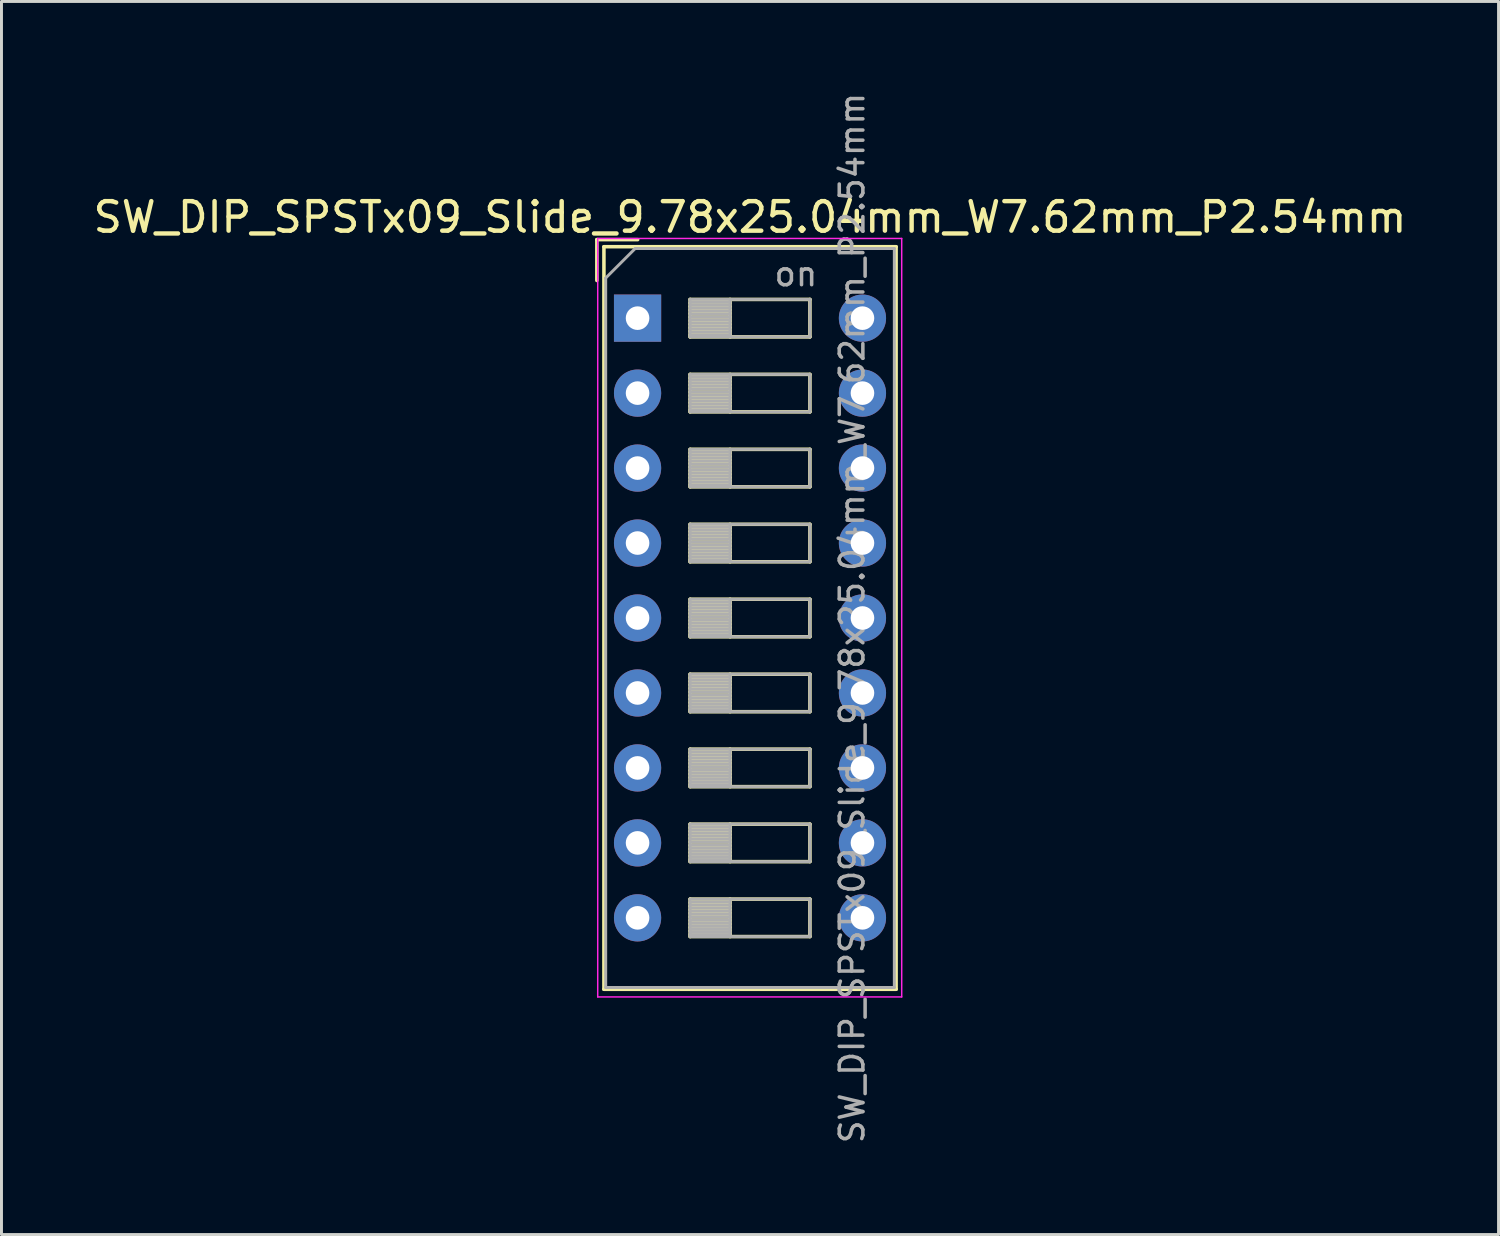
<source format=kicad_pcb>
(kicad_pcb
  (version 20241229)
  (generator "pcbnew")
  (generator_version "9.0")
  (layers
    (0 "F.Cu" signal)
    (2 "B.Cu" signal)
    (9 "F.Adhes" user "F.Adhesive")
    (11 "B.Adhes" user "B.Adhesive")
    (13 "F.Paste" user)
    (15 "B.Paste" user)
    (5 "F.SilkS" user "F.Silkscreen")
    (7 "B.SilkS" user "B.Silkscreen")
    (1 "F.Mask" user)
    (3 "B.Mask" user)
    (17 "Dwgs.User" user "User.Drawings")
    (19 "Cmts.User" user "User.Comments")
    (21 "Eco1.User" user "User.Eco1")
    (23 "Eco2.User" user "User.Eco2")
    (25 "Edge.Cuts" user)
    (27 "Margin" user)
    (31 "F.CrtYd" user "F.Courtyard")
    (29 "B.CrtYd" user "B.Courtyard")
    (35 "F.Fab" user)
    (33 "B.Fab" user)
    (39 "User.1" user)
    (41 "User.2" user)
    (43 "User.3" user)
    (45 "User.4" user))
  (footprint "SW_DIP_SPSTx09_Slide_9.78x25.04mm_W7.62mm_P2.54mm"
    (layer "F.Cu")
    (at 18.553 7.73)
    (property "Reference" "SW_DIP_SPSTx09_Slide_9.78x25.04mm_W7.62mm_P2.54mm" (at 3.81 -3.42 0) (layer "F.SilkS") (effects (font (size 1 1) (thickness 0.15))))
    (attr through_hole)
    (fp_line (start -1.38 -2.66) (end -1.38 -1.277) (stroke (width 0.12) (type solid)) (layer "F.SilkS"))
    (fp_line (start -1.38 -2.66) (end 0.004 -2.66) (stroke (width 0.12) (type solid)) (layer "F.SilkS"))
    (fp_line (start -1.14 -2.42) (end -1.14 22.74) (stroke (width 0.12) (type solid)) (layer "F.SilkS"))
    (fp_line (start -1.14 -2.42) (end 8.76 -2.42) (stroke (width 0.12) (type solid)) (layer "F.SilkS"))
    (fp_line (start -1.14 22.74) (end 8.76 22.74) (stroke (width 0.12) (type solid)) (layer "F.SilkS"))
    (fp_line (start 1.78 -0.635) (end 1.78 0.635) (stroke (width 0.12) (type solid)) (layer "F.SilkS"))
    (fp_line (start 1.78 -0.515) (end 3.133 -0.515) (stroke (width 0.12) (type solid)) (layer "F.SilkS"))
    (fp_line (start 1.78 -0.395) (end 3.133 -0.395) (stroke (width 0.12) (type solid)) (layer "F.SilkS"))
    (fp_line (start 1.78 -0.275) (end 3.133 -0.275) (stroke (width 0.12) (type solid)) (layer "F.SilkS"))
    (fp_line (start 1.78 -0.155) (end 3.133 -0.155) (stroke (width 0.12) (type solid)) (layer "F.SilkS"))
    (fp_line (start 1.78 -0.035) (end 3.133 -0.035) (stroke (width 0.12) (type solid)) (layer "F.SilkS"))
    (fp_line (start 1.78 0.085) (end 3.133 0.085) (stroke (width 0.12) (type solid)) (layer "F.SilkS"))
    (fp_line (start 1.78 0.205) (end 3.133 0.205) (stroke (width 0.12) (type solid)) (layer "F.SilkS"))
    (fp_line (start 1.78 0.325) (end 3.133 0.325) (stroke (width 0.12) (type solid)) (layer "F.SilkS"))
    (fp_line (start 1.78 0.445) (end 3.133 0.445) (stroke (width 0.12) (type solid)) (layer "F.SilkS"))
    (fp_line (start 1.78 0.565) (end 3.133 0.565) (stroke (width 0.12) (type solid)) (layer "F.SilkS"))
    (fp_line (start 1.78 0.635) (end 5.84 0.635) (stroke (width 0.12) (type solid)) (layer "F.SilkS"))
    (fp_line (start 1.78 1.905) (end 1.78 3.175) (stroke (width 0.12) (type solid)) (layer "F.SilkS"))
    (fp_line (start 1.78 2.025) (end 3.133 2.025) (stroke (width 0.12) (type solid)) (layer "F.SilkS"))
    (fp_line (start 1.78 2.145) (end 3.133 2.145) (stroke (width 0.12) (type solid)) (layer "F.SilkS"))
    (fp_line (start 1.78 2.265) (end 3.133 2.265) (stroke (width 0.12) (type solid)) (layer "F.SilkS"))
    (fp_line (start 1.78 2.385) (end 3.133 2.385) (stroke (width 0.12) (type solid)) (layer "F.SilkS"))
    (fp_line (start 1.78 2.505) (end 3.133 2.505) (stroke (width 0.12) (type solid)) (layer "F.SilkS"))
    (fp_line (start 1.78 2.625) (end 3.133 2.625) (stroke (width 0.12) (type solid)) (layer "F.SilkS"))
    (fp_line (start 1.78 2.745) (end 3.133 2.745) (stroke (width 0.12) (type solid)) (layer "F.SilkS"))
    (fp_line (start 1.78 2.865) (end 3.133 2.865) (stroke (width 0.12) (type solid)) (layer "F.SilkS"))
    (fp_line (start 1.78 2.985) (end 3.133 2.985) (stroke (width 0.12) (type solid)) (layer "F.SilkS"))
    (fp_line (start 1.78 3.105) (end 3.133 3.105) (stroke (width 0.12) (type solid)) (layer "F.SilkS"))
    (fp_line (start 1.78 3.175) (end 5.84 3.175) (stroke (width 0.12) (type solid)) (layer "F.SilkS"))
    (fp_line (start 1.78 4.445) (end 1.78 5.715) (stroke (width 0.12) (type solid)) (layer "F.SilkS"))
    (fp_line (start 1.78 4.565) (end 3.133 4.565) (stroke (width 0.12) (type solid)) (layer "F.SilkS"))
    (fp_line (start 1.78 4.685) (end 3.133 4.685) (stroke (width 0.12) (type solid)) (layer "F.SilkS"))
    (fp_line (start 1.78 4.805) (end 3.133 4.805) (stroke (width 0.12) (type solid)) (layer "F.SilkS"))
    (fp_line (start 1.78 4.925) (end 3.133 4.925) (stroke (width 0.12) (type solid)) (layer "F.SilkS"))
    (fp_line (start 1.78 5.045) (end 3.133 5.045) (stroke (width 0.12) (type solid)) (layer "F.SilkS"))
    (fp_line (start 1.78 5.165) (end 3.133 5.165) (stroke (width 0.12) (type solid)) (layer "F.SilkS"))
    (fp_line (start 1.78 5.285) (end 3.133 5.285) (stroke (width 0.12) (type solid)) (layer "F.SilkS"))
    (fp_line (start 1.78 5.405) (end 3.133 5.405) (stroke (width 0.12) (type solid)) (layer "F.SilkS"))
    (fp_line (start 1.78 5.525) (end 3.133 5.525) (stroke (width 0.12) (type solid)) (layer "F.SilkS"))
    (fp_line (start 1.78 5.645) (end 3.133 5.645) (stroke (width 0.12) (type solid)) (layer "F.SilkS"))
    (fp_line (start 1.78 5.715) (end 5.84 5.715) (stroke (width 0.12) (type solid)) (layer "F.SilkS"))
    (fp_line (start 1.78 6.985) (end 1.78 8.255) (stroke (width 0.12) (type solid)) (layer "F.SilkS"))
    (fp_line (start 1.78 7.105) (end 3.133 7.105) (stroke (width 0.12) (type solid)) (layer "F.SilkS"))
    (fp_line (start 1.78 7.225) (end 3.133 7.225) (stroke (width 0.12) (type solid)) (layer "F.SilkS"))
    (fp_line (start 1.78 7.345) (end 3.133 7.345) (stroke (width 0.12) (type solid)) (layer "F.SilkS"))
    (fp_line (start 1.78 7.465) (end 3.133 7.465) (stroke (width 0.12) (type solid)) (layer "F.SilkS"))
    (fp_line (start 1.78 7.585) (end 3.133 7.585) (stroke (width 0.12) (type solid)) (layer "F.SilkS"))
    (fp_line (start 1.78 7.705) (end 3.133 7.705) (stroke (width 0.12) (type solid)) (layer "F.SilkS"))
    (fp_line (start 1.78 7.825) (end 3.133 7.825) (stroke (width 0.12) (type solid)) (layer "F.SilkS"))
    (fp_line (start 1.78 7.945) (end 3.133 7.945) (stroke (width 0.12) (type solid)) (layer "F.SilkS"))
    (fp_line (start 1.78 8.065) (end 3.133 8.065) (stroke (width 0.12) (type solid)) (layer "F.SilkS"))
    (fp_line (start 1.78 8.185) (end 3.133 8.185) (stroke (width 0.12) (type solid)) (layer "F.SilkS"))
    (fp_line (start 1.78 8.255) (end 5.84 8.255) (stroke (width 0.12) (type solid)) (layer "F.SilkS"))
    (fp_line (start 1.78 9.525) (end 1.78 10.795) (stroke (width 0.12) (type solid)) (layer "F.SilkS"))
    (fp_line (start 1.78 9.645) (end 3.133 9.645) (stroke (width 0.12) (type solid)) (layer "F.SilkS"))
    (fp_line (start 1.78 9.765) (end 3.133 9.765) (stroke (width 0.12) (type solid)) (layer "F.SilkS"))
    (fp_line (start 1.78 9.885) (end 3.133 9.885) (stroke (width 0.12) (type solid)) (layer "F.SilkS"))
    (fp_line (start 1.78 10.005) (end 3.133 10.005) (stroke (width 0.12) (type solid)) (layer "F.SilkS"))
    (fp_line (start 1.78 10.125) (end 3.133 10.125) (stroke (width 0.12) (type solid)) (layer "F.SilkS"))
    (fp_line (start 1.78 10.245) (end 3.133 10.245) (stroke (width 0.12) (type solid)) (layer "F.SilkS"))
    (fp_line (start 1.78 10.365) (end 3.133 10.365) (stroke (width 0.12) (type solid)) (layer "F.SilkS"))
    (fp_line (start 1.78 10.485) (end 3.133 10.485) (stroke (width 0.12) (type solid)) (layer "F.SilkS"))
    (fp_line (start 1.78 10.605) (end 3.133 10.605) (stroke (width 0.12) (type solid)) (layer "F.SilkS"))
    (fp_line (start 1.78 10.725) (end 3.133 10.725) (stroke (width 0.12) (type solid)) (layer "F.SilkS"))
    (fp_line (start 1.78 10.795) (end 5.84 10.795) (stroke (width 0.12) (type solid)) (layer "F.SilkS"))
    (fp_line (start 1.78 12.065) (end 1.78 13.335) (stroke (width 0.12) (type solid)) (layer "F.SilkS"))
    (fp_line (start 1.78 12.185) (end 3.133 12.185) (stroke (width 0.12) (type solid)) (layer "F.SilkS"))
    (fp_line (start 1.78 12.305) (end 3.133 12.305) (stroke (width 0.12) (type solid)) (layer "F.SilkS"))
    (fp_line (start 1.78 12.425) (end 3.133 12.425) (stroke (width 0.12) (type solid)) (layer "F.SilkS"))
    (fp_line (start 1.78 12.545) (end 3.133 12.545) (stroke (width 0.12) (type solid)) (layer "F.SilkS"))
    (fp_line (start 1.78 12.665) (end 3.133 12.665) (stroke (width 0.12) (type solid)) (layer "F.SilkS"))
    (fp_line (start 1.78 12.785) (end 3.133 12.785) (stroke (width 0.12) (type solid)) (layer "F.SilkS"))
    (fp_line (start 1.78 12.905) (end 3.133 12.905) (stroke (width 0.12) (type solid)) (layer "F.SilkS"))
    (fp_line (start 1.78 13.025) (end 3.133 13.025) (stroke (width 0.12) (type solid)) (layer "F.SilkS"))
    (fp_line (start 1.78 13.145) (end 3.133 13.145) (stroke (width 0.12) (type solid)) (layer "F.SilkS"))
    (fp_line (start 1.78 13.265) (end 3.133 13.265) (stroke (width 0.12) (type solid)) (layer "F.SilkS"))
    (fp_line (start 1.78 13.335) (end 5.84 13.335) (stroke (width 0.12) (type solid)) (layer "F.SilkS"))
    (fp_line (start 1.78 14.605) (end 1.78 15.875) (stroke (width 0.12) (type solid)) (layer "F.SilkS"))
    (fp_line (start 1.78 14.725) (end 3.133 14.725) (stroke (width 0.12) (type solid)) (layer "F.SilkS"))
    (fp_line (start 1.78 14.845) (end 3.133 14.845) (stroke (width 0.12) (type solid)) (layer "F.SilkS"))
    (fp_line (start 1.78 14.965) (end 3.133 14.965) (stroke (width 0.12) (type solid)) (layer "F.SilkS"))
    (fp_line (start 1.78 15.085) (end 3.133 15.085) (stroke (width 0.12) (type solid)) (layer "F.SilkS"))
    (fp_line (start 1.78 15.205) (end 3.133 15.205) (stroke (width 0.12) (type solid)) (layer "F.SilkS"))
    (fp_line (start 1.78 15.325) (end 3.133 15.325) (stroke (width 0.12) (type solid)) (layer "F.SilkS"))
    (fp_line (start 1.78 15.445) (end 3.133 15.445) (stroke (width 0.12) (type solid)) (layer "F.SilkS"))
    (fp_line (start 1.78 15.565) (end 3.133 15.565) (stroke (width 0.12) (type solid)) (layer "F.SilkS"))
    (fp_line (start 1.78 15.685) (end 3.133 15.685) (stroke (width 0.12) (type solid)) (layer "F.SilkS"))
    (fp_line (start 1.78 15.805) (end 3.133 15.805) (stroke (width 0.12) (type solid)) (layer "F.SilkS"))
    (fp_line (start 1.78 15.875) (end 5.84 15.875) (stroke (width 0.12) (type solid)) (layer "F.SilkS"))
    (fp_line (start 1.78 17.145) (end 1.78 18.415) (stroke (width 0.12) (type solid)) (layer "F.SilkS"))
    (fp_line (start 1.78 17.265) (end 3.133 17.265) (stroke (width 0.12) (type solid)) (layer "F.SilkS"))
    (fp_line (start 1.78 17.385) (end 3.133 17.385) (stroke (width 0.12) (type solid)) (layer "F.SilkS"))
    (fp_line (start 1.78 17.505) (end 3.133 17.505) (stroke (width 0.12) (type solid)) (layer "F.SilkS"))
    (fp_line (start 1.78 17.625) (end 3.133 17.625) (stroke (width 0.12) (type solid)) (layer "F.SilkS"))
    (fp_line (start 1.78 17.745) (end 3.133 17.745) (stroke (width 0.12) (type solid)) (layer "F.SilkS"))
    (fp_line (start 1.78 17.865) (end 3.133 17.865) (stroke (width 0.12) (type solid)) (layer "F.SilkS"))
    (fp_line (start 1.78 17.985) (end 3.133 17.985) (stroke (width 0.12) (type solid)) (layer "F.SilkS"))
    (fp_line (start 1.78 18.105) (end 3.133 18.105) (stroke (width 0.12) (type solid)) (layer "F.SilkS"))
    (fp_line (start 1.78 18.225) (end 3.133 18.225) (stroke (width 0.12) (type solid)) (layer "F.SilkS"))
    (fp_line (start 1.78 18.345) (end 3.133 18.345) (stroke (width 0.12) (type solid)) (layer "F.SilkS"))
    (fp_line (start 1.78 18.415) (end 5.84 18.415) (stroke (width 0.12) (type solid)) (layer "F.SilkS"))
    (fp_line (start 1.78 19.685) (end 1.78 20.955) (stroke (width 0.12) (type solid)) (layer "F.SilkS"))
    (fp_line (start 1.78 19.805) (end 3.133 19.805) (stroke (width 0.12) (type solid)) (layer "F.SilkS"))
    (fp_line (start 1.78 19.925) (end 3.133 19.925) (stroke (width 0.12) (type solid)) (layer "F.SilkS"))
    (fp_line (start 1.78 20.045) (end 3.133 20.045) (stroke (width 0.12) (type solid)) (layer "F.SilkS"))
    (fp_line (start 1.78 20.165) (end 3.133 20.165) (stroke (width 0.12) (type solid)) (layer "F.SilkS"))
    (fp_line (start 1.78 20.285) (end 3.133 20.285) (stroke (width 0.12) (type solid)) (layer "F.SilkS"))
    (fp_line (start 1.78 20.405) (end 3.133 20.405) (stroke (width 0.12) (type solid)) (layer "F.SilkS"))
    (fp_line (start 1.78 20.525) (end 3.133 20.525) (stroke (width 0.12) (type solid)) (layer "F.SilkS"))
    (fp_line (start 1.78 20.645) (end 3.133 20.645) (stroke (width 0.12) (type solid)) (layer "F.SilkS"))
    (fp_line (start 1.78 20.765) (end 3.133 20.765) (stroke (width 0.12) (type solid)) (layer "F.SilkS"))
    (fp_line (start 1.78 20.885) (end 3.133 20.885) (stroke (width 0.12) (type solid)) (layer "F.SilkS"))
    (fp_line (start 1.78 20.955) (end 5.84 20.955) (stroke (width 0.12) (type solid)) (layer "F.SilkS"))
    (fp_line (start 3.133 -0.635) (end 3.133 0.635) (stroke (width 0.12) (type solid)) (layer "F.SilkS"))
    (fp_line (start 3.133 1.905) (end 3.133 3.175) (stroke (width 0.12) (type solid)) (layer "F.SilkS"))
    (fp_line (start 3.133 4.445) (end 3.133 5.715) (stroke (width 0.12) (type solid)) (layer "F.SilkS"))
    (fp_line (start 3.133 6.985) (end 3.133 8.255) (stroke (width 0.12) (type solid)) (layer "F.SilkS"))
    (fp_line (start 3.133 9.525) (end 3.133 10.795) (stroke (width 0.12) (type solid)) (layer "F.SilkS"))
    (fp_line (start 3.133 12.065) (end 3.133 13.335) (stroke (width 0.12) (type solid)) (layer "F.SilkS"))
    (fp_line (start 3.133 14.605) (end 3.133 15.875) (stroke (width 0.12) (type solid)) (layer "F.SilkS"))
    (fp_line (start 3.133 17.145) (end 3.133 18.415) (stroke (width 0.12) (type solid)) (layer "F.SilkS"))
    (fp_line (start 3.133 19.685) (end 3.133 20.955) (stroke (width 0.12) (type solid)) (layer "F.SilkS"))
    (fp_line (start 5.84 -0.635) (end 1.78 -0.635) (stroke (width 0.12) (type solid)) (layer "F.SilkS"))
    (fp_line (start 5.84 0.635) (end 5.84 -0.635) (stroke (width 0.12) (type solid)) (layer "F.SilkS"))
    (fp_line (start 5.84 1.905) (end 1.78 1.905) (stroke (width 0.12) (type solid)) (layer "F.SilkS"))
    (fp_line (start 5.84 3.175) (end 5.84 1.905) (stroke (width 0.12) (type solid)) (layer "F.SilkS"))
    (fp_line (start 5.84 4.445) (end 1.78 4.445) (stroke (width 0.12) (type solid)) (layer "F.SilkS"))
    (fp_line (start 5.84 5.715) (end 5.84 4.445) (stroke (width 0.12) (type solid)) (layer "F.SilkS"))
    (fp_line (start 5.84 6.985) (end 1.78 6.985) (stroke (width 0.12) (type solid)) (layer "F.SilkS"))
    (fp_line (start 5.84 8.255) (end 5.84 6.985) (stroke (width 0.12) (type solid)) (layer "F.SilkS"))
    (fp_line (start 5.84 9.525) (end 1.78 9.525) (stroke (width 0.12) (type solid)) (layer "F.SilkS"))
    (fp_line (start 5.84 10.795) (end 5.84 9.525) (stroke (width 0.12) (type solid)) (layer "F.SilkS"))
    (fp_line (start 5.84 12.065) (end 1.78 12.065) (stroke (width 0.12) (type solid)) (layer "F.SilkS"))
    (fp_line (start 5.84 13.335) (end 5.84 12.065) (stroke (width 0.12) (type solid)) (layer "F.SilkS"))
    (fp_line (start 5.84 14.605) (end 1.78 14.605) (stroke (width 0.12) (type solid)) (layer "F.SilkS"))
    (fp_line (start 5.84 15.875) (end 5.84 14.605) (stroke (width 0.12) (type solid)) (layer "F.SilkS"))
    (fp_line (start 5.84 17.145) (end 1.78 17.145) (stroke (width 0.12) (type solid)) (layer "F.SilkS"))
    (fp_line (start 5.84 18.415) (end 5.84 17.145) (stroke (width 0.12) (type solid)) (layer "F.SilkS"))
    (fp_line (start 5.84 19.685) (end 1.78 19.685) (stroke (width 0.12) (type solid)) (layer "F.SilkS"))
    (fp_line (start 5.84 20.955) (end 5.84 19.685) (stroke (width 0.12) (type solid)) (layer "F.SilkS"))
    (fp_line (start 8.76 -2.42) (end 8.76 22.74) (stroke (width 0.12) (type solid)) (layer "F.SilkS"))
    (fp_line (start -1.35 -2.7) (end -1.35 23) (stroke (width 0.05) (type solid)) (layer "F.CrtYd"))
    (fp_line (start -1.35 23) (end 8.95 23) (stroke (width 0.05) (type solid)) (layer "F.CrtYd"))
    (fp_line (start 8.95 -2.7) (end -1.35 -2.7) (stroke (width 0.05) (type solid)) (layer "F.CrtYd"))
    (fp_line (start 8.95 23) (end 8.95 -2.7) (stroke (width 0.05) (type solid)) (layer "F.CrtYd"))
    (fp_line (start -1.08 -1.36) (end -0.08 -2.36) (stroke (width 0.1) (type solid)) (layer "F.Fab"))
    (fp_line (start -1.08 22.68) (end -1.08 -1.36) (stroke (width 0.1) (type solid)) (layer "F.Fab"))
    (fp_line (start -0.08 -2.36) (end 8.7 -2.36) (stroke (width 0.1) (type solid)) (layer "F.Fab"))
    (fp_line (start 1.78 -0.635) (end 1.78 0.635) (stroke (width 0.1) (type solid)) (layer "F.Fab"))
    (fp_line (start 1.78 -0.535) (end 3.133 -0.535) (stroke (width 0.1) (type solid)) (layer "F.Fab"))
    (fp_line (start 1.78 -0.435) (end 3.133 -0.435) (stroke (width 0.1) (type solid)) (layer "F.Fab"))
    (fp_line (start 1.78 -0.335) (end 3.133 -0.335) (stroke (width 0.1) (type solid)) (layer "F.Fab"))
    (fp_line (start 1.78 -0.235) (end 3.133 -0.235) (stroke (width 0.1) (type solid)) (layer "F.Fab"))
    (fp_line (start 1.78 -0.135) (end 3.133 -0.135) (stroke (width 0.1) (type solid)) (layer "F.Fab"))
    (fp_line (start 1.78 -0.035) (end 3.133 -0.035) (stroke (width 0.1) (type solid)) (layer "F.Fab"))
    (fp_line (start 1.78 0.065) (end 3.133 0.065) (stroke (width 0.1) (type solid)) (layer "F.Fab"))
    (fp_line (start 1.78 0.165) (end 3.133 0.165) (stroke (width 0.1) (type solid)) (layer "F.Fab"))
    (fp_line (start 1.78 0.265) (end 3.133 0.265) (stroke (width 0.1) (type solid)) (layer "F.Fab"))
    (fp_line (start 1.78 0.365) (end 3.133 0.365) (stroke (width 0.1) (type solid)) (layer "F.Fab"))
    (fp_line (start 1.78 0.465) (end 3.133 0.465) (stroke (width 0.1) (type solid)) (layer "F.Fab"))
    (fp_line (start 1.78 0.565) (end 3.133 0.565) (stroke (width 0.1) (type solid)) (layer "F.Fab"))
    (fp_line (start 1.78 0.635) (end 5.84 0.635) (stroke (width 0.1) (type solid)) (layer "F.Fab"))
    (fp_line (start 1.78 1.905) (end 1.78 3.175) (stroke (width 0.1) (type solid)) (layer "F.Fab"))
    (fp_line (start 1.78 2.005) (end 3.133 2.005) (stroke (width 0.1) (type solid)) (layer "F.Fab"))
    (fp_line (start 1.78 2.105) (end 3.133 2.105) (stroke (width 0.1) (type solid)) (layer "F.Fab"))
    (fp_line (start 1.78 2.205) (end 3.133 2.205) (stroke (width 0.1) (type solid)) (layer "F.Fab"))
    (fp_line (start 1.78 2.305) (end 3.133 2.305) (stroke (width 0.1) (type solid)) (layer "F.Fab"))
    (fp_line (start 1.78 2.405) (end 3.133 2.405) (stroke (width 0.1) (type solid)) (layer "F.Fab"))
    (fp_line (start 1.78 2.505) (end 3.133 2.505) (stroke (width 0.1) (type solid)) (layer "F.Fab"))
    (fp_line (start 1.78 2.605) (end 3.133 2.605) (stroke (width 0.1) (type solid)) (layer "F.Fab"))
    (fp_line (start 1.78 2.705) (end 3.133 2.705) (stroke (width 0.1) (type solid)) (layer "F.Fab"))
    (fp_line (start 1.78 2.805) (end 3.133 2.805) (stroke (width 0.1) (type solid)) (layer "F.Fab"))
    (fp_line (start 1.78 2.905) (end 3.133 2.905) (stroke (width 0.1) (type solid)) (layer "F.Fab"))
    (fp_line (start 1.78 3.005) (end 3.133 3.005) (stroke (width 0.1) (type solid)) (layer "F.Fab"))
    (fp_line (start 1.78 3.105) (end 3.133 3.105) (stroke (width 0.1) (type solid)) (layer "F.Fab"))
    (fp_line (start 1.78 3.175) (end 5.84 3.175) (stroke (width 0.1) (type solid)) (layer "F.Fab"))
    (fp_line (start 1.78 4.445) (end 1.78 5.715) (stroke (width 0.1) (type solid)) (layer "F.Fab"))
    (fp_line (start 1.78 4.545) (end 3.133 4.545) (stroke (width 0.1) (type solid)) (layer "F.Fab"))
    (fp_line (start 1.78 4.645) (end 3.133 4.645) (stroke (width 0.1) (type solid)) (layer "F.Fab"))
    (fp_line (start 1.78 4.745) (end 3.133 4.745) (stroke (width 0.1) (type solid)) (layer "F.Fab"))
    (fp_line (start 1.78 4.845) (end 3.133 4.845) (stroke (width 0.1) (type solid)) (layer "F.Fab"))
    (fp_line (start 1.78 4.945) (end 3.133 4.945) (stroke (width 0.1) (type solid)) (layer "F.Fab"))
    (fp_line (start 1.78 5.045) (end 3.133 5.045) (stroke (width 0.1) (type solid)) (layer "F.Fab"))
    (fp_line (start 1.78 5.145) (end 3.133 5.145) (stroke (width 0.1) (type solid)) (layer "F.Fab"))
    (fp_line (start 1.78 5.245) (end 3.133 5.245) (stroke (width 0.1) (type solid)) (layer "F.Fab"))
    (fp_line (start 1.78 5.345) (end 3.133 5.345) (stroke (width 0.1) (type solid)) (layer "F.Fab"))
    (fp_line (start 1.78 5.445) (end 3.133 5.445) (stroke (width 0.1) (type solid)) (layer "F.Fab"))
    (fp_line (start 1.78 5.545) (end 3.133 5.545) (stroke (width 0.1) (type solid)) (layer "F.Fab"))
    (fp_line (start 1.78 5.645) (end 3.133 5.645) (stroke (width 0.1) (type solid)) (layer "F.Fab"))
    (fp_line (start 1.78 5.715) (end 5.84 5.715) (stroke (width 0.1) (type solid)) (layer "F.Fab"))
    (fp_line (start 1.78 6.985) (end 1.78 8.255) (stroke (width 0.1) (type solid)) (layer "F.Fab"))
    (fp_line (start 1.78 7.085) (end 3.133 7.085) (stroke (width 0.1) (type solid)) (layer "F.Fab"))
    (fp_line (start 1.78 7.185) (end 3.133 7.185) (stroke (width 0.1) (type solid)) (layer "F.Fab"))
    (fp_line (start 1.78 7.285) (end 3.133 7.285) (stroke (width 0.1) (type solid)) (layer "F.Fab"))
    (fp_line (start 1.78 7.385) (end 3.133 7.385) (stroke (width 0.1) (type solid)) (layer "F.Fab"))
    (fp_line (start 1.78 7.485) (end 3.133 7.485) (stroke (width 0.1) (type solid)) (layer "F.Fab"))
    (fp_line (start 1.78 7.585) (end 3.133 7.585) (stroke (width 0.1) (type solid)) (layer "F.Fab"))
    (fp_line (start 1.78 7.685) (end 3.133 7.685) (stroke (width 0.1) (type solid)) (layer "F.Fab"))
    (fp_line (start 1.78 7.785) (end 3.133 7.785) (stroke (width 0.1) (type solid)) (layer "F.Fab"))
    (fp_line (start 1.78 7.885) (end 3.133 7.885) (stroke (width 0.1) (type solid)) (layer "F.Fab"))
    (fp_line (start 1.78 7.985) (end 3.133 7.985) (stroke (width 0.1) (type solid)) (layer "F.Fab"))
    (fp_line (start 1.78 8.085) (end 3.133 8.085) (stroke (width 0.1) (type solid)) (layer "F.Fab"))
    (fp_line (start 1.78 8.185) (end 3.133 8.185) (stroke (width 0.1) (type solid)) (layer "F.Fab"))
    (fp_line (start 1.78 8.255) (end 5.84 8.255) (stroke (width 0.1) (type solid)) (layer "F.Fab"))
    (fp_line (start 1.78 9.525) (end 1.78 10.795) (stroke (width 0.1) (type solid)) (layer "F.Fab"))
    (fp_line (start 1.78 9.625) (end 3.133 9.625) (stroke (width 0.1) (type solid)) (layer "F.Fab"))
    (fp_line (start 1.78 9.725) (end 3.133 9.725) (stroke (width 0.1) (type solid)) (layer "F.Fab"))
    (fp_line (start 1.78 9.825) (end 3.133 9.825) (stroke (width 0.1) (type solid)) (layer "F.Fab"))
    (fp_line (start 1.78 9.925) (end 3.133 9.925) (stroke (width 0.1) (type solid)) (layer "F.Fab"))
    (fp_line (start 1.78 10.025) (end 3.133 10.025) (stroke (width 0.1) (type solid)) (layer "F.Fab"))
    (fp_line (start 1.78 10.125) (end 3.133 10.125) (stroke (width 0.1) (type solid)) (layer "F.Fab"))
    (fp_line (start 1.78 10.225) (end 3.133 10.225) (stroke (width 0.1) (type solid)) (layer "F.Fab"))
    (fp_line (start 1.78 10.325) (end 3.133 10.325) (stroke (width 0.1) (type solid)) (layer "F.Fab"))
    (fp_line (start 1.78 10.425) (end 3.133 10.425) (stroke (width 0.1) (type solid)) (layer "F.Fab"))
    (fp_line (start 1.78 10.525) (end 3.133 10.525) (stroke (width 0.1) (type solid)) (layer "F.Fab"))
    (fp_line (start 1.78 10.625) (end 3.133 10.625) (stroke (width 0.1) (type solid)) (layer "F.Fab"))
    (fp_line (start 1.78 10.725) (end 3.133 10.725) (stroke (width 0.1) (type solid)) (layer "F.Fab"))
    (fp_line (start 1.78 10.795) (end 5.84 10.795) (stroke (width 0.1) (type solid)) (layer "F.Fab"))
    (fp_line (start 1.78 12.065) (end 1.78 13.335) (stroke (width 0.1) (type solid)) (layer "F.Fab"))
    (fp_line (start 1.78 12.165) (end 3.133 12.165) (stroke (width 0.1) (type solid)) (layer "F.Fab"))
    (fp_line (start 1.78 12.265) (end 3.133 12.265) (stroke (width 0.1) (type solid)) (layer "F.Fab"))
    (fp_line (start 1.78 12.365) (end 3.133 12.365) (stroke (width 0.1) (type solid)) (layer "F.Fab"))
    (fp_line (start 1.78 12.465) (end 3.133 12.465) (stroke (width 0.1) (type solid)) (layer "F.Fab"))
    (fp_line (start 1.78 12.565) (end 3.133 12.565) (stroke (width 0.1) (type solid)) (layer "F.Fab"))
    (fp_line (start 1.78 12.665) (end 3.133 12.665) (stroke (width 0.1) (type solid)) (layer "F.Fab"))
    (fp_line (start 1.78 12.765) (end 3.133 12.765) (stroke (width 0.1) (type solid)) (layer "F.Fab"))
    (fp_line (start 1.78 12.865) (end 3.133 12.865) (stroke (width 0.1) (type solid)) (layer "F.Fab"))
    (fp_line (start 1.78 12.965) (end 3.133 12.965) (stroke (width 0.1) (type solid)) (layer "F.Fab"))
    (fp_line (start 1.78 13.065) (end 3.133 13.065) (stroke (width 0.1) (type solid)) (layer "F.Fab"))
    (fp_line (start 1.78 13.165) (end 3.133 13.165) (stroke (width 0.1) (type solid)) (layer "F.Fab"))
    (fp_line (start 1.78 13.265) (end 3.133 13.265) (stroke (width 0.1) (type solid)) (layer "F.Fab"))
    (fp_line (start 1.78 13.335) (end 5.84 13.335) (stroke (width 0.1) (type solid)) (layer "F.Fab"))
    (fp_line (start 1.78 14.605) (end 1.78 15.875) (stroke (width 0.1) (type solid)) (layer "F.Fab"))
    (fp_line (start 1.78 14.705) (end 3.133 14.705) (stroke (width 0.1) (type solid)) (layer "F.Fab"))
    (fp_line (start 1.78 14.805) (end 3.133 14.805) (stroke (width 0.1) (type solid)) (layer "F.Fab"))
    (fp_line (start 1.78 14.905) (end 3.133 14.905) (stroke (width 0.1) (type solid)) (layer "F.Fab"))
    (fp_line (start 1.78 15.005) (end 3.133 15.005) (stroke (width 0.1) (type solid)) (layer "F.Fab"))
    (fp_line (start 1.78 15.105) (end 3.133 15.105) (stroke (width 0.1) (type solid)) (layer "F.Fab"))
    (fp_line (start 1.78 15.205) (end 3.133 15.205) (stroke (width 0.1) (type solid)) (layer "F.Fab"))
    (fp_line (start 1.78 15.305) (end 3.133 15.305) (stroke (width 0.1) (type solid)) (layer "F.Fab"))
    (fp_line (start 1.78 15.405) (end 3.133 15.405) (stroke (width 0.1) (type solid)) (layer "F.Fab"))
    (fp_line (start 1.78 15.505) (end 3.133 15.505) (stroke (width 0.1) (type solid)) (layer "F.Fab"))
    (fp_line (start 1.78 15.605) (end 3.133 15.605) (stroke (width 0.1) (type solid)) (layer "F.Fab"))
    (fp_line (start 1.78 15.705) (end 3.133 15.705) (stroke (width 0.1) (type solid)) (layer "F.Fab"))
    (fp_line (start 1.78 15.805) (end 3.133 15.805) (stroke (width 0.1) (type solid)) (layer "F.Fab"))
    (fp_line (start 1.78 15.875) (end 5.84 15.875) (stroke (width 0.1) (type solid)) (layer "F.Fab"))
    (fp_line (start 1.78 17.145) (end 1.78 18.415) (stroke (width 0.1) (type solid)) (layer "F.Fab"))
    (fp_line (start 1.78 17.245) (end 3.133 17.245) (stroke (width 0.1) (type solid)) (layer "F.Fab"))
    (fp_line (start 1.78 17.345) (end 3.133 17.345) (stroke (width 0.1) (type solid)) (layer "F.Fab"))
    (fp_line (start 1.78 17.445) (end 3.133 17.445) (stroke (width 0.1) (type solid)) (layer "F.Fab"))
    (fp_line (start 1.78 17.545) (end 3.133 17.545) (stroke (width 0.1) (type solid)) (layer "F.Fab"))
    (fp_line (start 1.78 17.645) (end 3.133 17.645) (stroke (width 0.1) (type solid)) (layer "F.Fab"))
    (fp_line (start 1.78 17.745) (end 3.133 17.745) (stroke (width 0.1) (type solid)) (layer "F.Fab"))
    (fp_line (start 1.78 17.845) (end 3.133 17.845) (stroke (width 0.1) (type solid)) (layer "F.Fab"))
    (fp_line (start 1.78 17.945) (end 3.133 17.945) (stroke (width 0.1) (type solid)) (layer "F.Fab"))
    (fp_line (start 1.78 18.045) (end 3.133 18.045) (stroke (width 0.1) (type solid)) (layer "F.Fab"))
    (fp_line (start 1.78 18.145) (end 3.133 18.145) (stroke (width 0.1) (type solid)) (layer "F.Fab"))
    (fp_line (start 1.78 18.245) (end 3.133 18.245) (stroke (width 0.1) (type solid)) (layer "F.Fab"))
    (fp_line (start 1.78 18.345) (end 3.133 18.345) (stroke (width 0.1) (type solid)) (layer "F.Fab"))
    (fp_line (start 1.78 18.415) (end 5.84 18.415) (stroke (width 0.1) (type solid)) (layer "F.Fab"))
    (fp_line (start 1.78 19.685) (end 1.78 20.955) (stroke (width 0.1) (type solid)) (layer "F.Fab"))
    (fp_line (start 1.78 19.785) (end 3.133 19.785) (stroke (width 0.1) (type solid)) (layer "F.Fab"))
    (fp_line (start 1.78 19.885) (end 3.133 19.885) (stroke (width 0.1) (type solid)) (layer "F.Fab"))
    (fp_line (start 1.78 19.985) (end 3.133 19.985) (stroke (width 0.1) (type solid)) (layer "F.Fab"))
    (fp_line (start 1.78 20.085) (end 3.133 20.085) (stroke (width 0.1) (type solid)) (layer "F.Fab"))
    (fp_line (start 1.78 20.185) (end 3.133 20.185) (stroke (width 0.1) (type solid)) (layer "F.Fab"))
    (fp_line (start 1.78 20.285) (end 3.133 20.285) (stroke (width 0.1) (type solid)) (layer "F.Fab"))
    (fp_line (start 1.78 20.385) (end 3.133 20.385) (stroke (width 0.1) (type solid)) (layer "F.Fab"))
    (fp_line (start 1.78 20.485) (end 3.133 20.485) (stroke (width 0.1) (type solid)) (layer "F.Fab"))
    (fp_line (start 1.78 20.585) (end 3.133 20.585) (stroke (width 0.1) (type solid)) (layer "F.Fab"))
    (fp_line (start 1.78 20.685) (end 3.133 20.685) (stroke (width 0.1) (type solid)) (layer "F.Fab"))
    (fp_line (start 1.78 20.785) (end 3.133 20.785) (stroke (width 0.1) (type solid)) (layer "F.Fab"))
    (fp_line (start 1.78 20.885) (end 3.133 20.885) (stroke (width 0.1) (type solid)) (layer "F.Fab"))
    (fp_line (start 1.78 20.955) (end 5.84 20.955) (stroke (width 0.1) (type solid)) (layer "F.Fab"))
    (fp_line (start 3.133 -0.635) (end 3.133 0.635) (stroke (width 0.1) (type solid)) (layer "F.Fab"))
    (fp_line (start 3.133 1.905) (end 3.133 3.175) (stroke (width 0.1) (type solid)) (layer "F.Fab"))
    (fp_line (start 3.133 4.445) (end 3.133 5.715) (stroke (width 0.1) (type solid)) (layer "F.Fab"))
    (fp_line (start 3.133 6.985) (end 3.133 8.255) (stroke (width 0.1) (type solid)) (layer "F.Fab"))
    (fp_line (start 3.133 9.525) (end 3.133 10.795) (stroke (width 0.1) (type solid)) (layer "F.Fab"))
    (fp_line (start 3.133 12.065) (end 3.133 13.335) (stroke (width 0.1) (type solid)) (layer "F.Fab"))
    (fp_line (start 3.133 14.605) (end 3.133 15.875) (stroke (width 0.1) (type solid)) (layer "F.Fab"))
    (fp_line (start 3.133 17.145) (end 3.133 18.415) (stroke (width 0.1) (type solid)) (layer "F.Fab"))
    (fp_line (start 3.133 19.685) (end 3.133 20.955) (stroke (width 0.1) (type solid)) (layer "F.Fab"))
    (fp_line (start 5.84 -0.635) (end 1.78 -0.635) (stroke (width 0.1) (type solid)) (layer "F.Fab"))
    (fp_line (start 5.84 0.635) (end 5.84 -0.635) (stroke (width 0.1) (type solid)) (layer "F.Fab"))
    (fp_line (start 5.84 1.905) (end 1.78 1.905) (stroke (width 0.1) (type solid)) (layer "F.Fab"))
    (fp_line (start 5.84 3.175) (end 5.84 1.905) (stroke (width 0.1) (type solid)) (layer "F.Fab"))
    (fp_line (start 5.84 4.445) (end 1.78 4.445) (stroke (width 0.1) (type solid)) (layer "F.Fab"))
    (fp_line (start 5.84 5.715) (end 5.84 4.445) (stroke (width 0.1) (type solid)) (layer "F.Fab"))
    (fp_line (start 5.84 6.985) (end 1.78 6.985) (stroke (width 0.1) (type solid)) (layer "F.Fab"))
    (fp_line (start 5.84 8.255) (end 5.84 6.985) (stroke (width 0.1) (type solid)) (layer "F.Fab"))
    (fp_line (start 5.84 9.525) (end 1.78 9.525) (stroke (width 0.1) (type solid)) (layer "F.Fab"))
    (fp_line (start 5.84 10.795) (end 5.84 9.525) (stroke (width 0.1) (type solid)) (layer "F.Fab"))
    (fp_line (start 5.84 12.065) (end 1.78 12.065) (stroke (width 0.1) (type solid)) (layer "F.Fab"))
    (fp_line (start 5.84 13.335) (end 5.84 12.065) (stroke (width 0.1) (type solid)) (layer "F.Fab"))
    (fp_line (start 5.84 14.605) (end 1.78 14.605) (stroke (width 0.1) (type solid)) (layer "F.Fab"))
    (fp_line (start 5.84 15.875) (end 5.84 14.605) (stroke (width 0.1) (type solid)) (layer "F.Fab"))
    (fp_line (start 5.84 17.145) (end 1.78 17.145) (stroke (width 0.1) (type solid)) (layer "F.Fab"))
    (fp_line (start 5.84 18.415) (end 5.84 17.145) (stroke (width 0.1) (type solid)) (layer "F.Fab"))
    (fp_line (start 5.84 19.685) (end 1.78 19.685) (stroke (width 0.1) (type solid)) (layer "F.Fab"))
    (fp_line (start 5.84 20.955) (end 5.84 19.685) (stroke (width 0.1) (type solid)) (layer "F.Fab"))
    (fp_line (start 8.7 -2.36) (end 8.7 22.68) (stroke (width 0.1) (type solid)) (layer "F.Fab"))
    (fp_line (start 8.7 22.68) (end -1.08 22.68) (stroke (width 0.1) (type solid)) (layer "F.Fab"))
    (fp_text user "on" (at 5.365 -1.498 0) (layer "F.Fab") (effects (font (size 0.8 0.8) (thickness 0.12))))
    (fp_text user "${REFERENCE}" (at 7.27 10.16 90) (layer "F.Fab") (effects (font (size 0.8 0.8) (thickness 0.12))))
    (pad "1" thru_hole rect (at 0 0) (size 1.6 1.6) (drill 0.8) (layers "*.Cu" "*.Mask"))
    (pad "2" thru_hole oval (at 0 2.54) (size 1.6 1.6) (drill 0.8) (layers "*.Cu" "*.Mask"))
    (pad "3" thru_hole oval (at 0 5.08) (size 1.6 1.6) (drill 0.8) (layers "*.Cu" "*.Mask"))
    (pad "4" thru_hole oval (at 0 7.62) (size 1.6 1.6) (drill 0.8) (layers "*.Cu" "*.Mask"))
    (pad "5" thru_hole oval (at 0 10.16) (size 1.6 1.6) (drill 0.8) (layers "*.Cu" "*.Mask"))
    (pad "6" thru_hole oval (at 0 12.7) (size 1.6 1.6) (drill 0.8) (layers "*.Cu" "*.Mask"))
    (pad "7" thru_hole oval (at 0 15.24) (size 1.6 1.6) (drill 0.8) (layers "*.Cu" "*.Mask"))
    (pad "8" thru_hole oval (at 0 17.78) (size 1.6 1.6) (drill 0.8) (layers "*.Cu" "*.Mask"))
    (pad "9" thru_hole oval (at 0 20.32) (size 1.6 1.6) (drill 0.8) (layers "*.Cu" "*.Mask"))
    (pad "10" thru_hole oval (at 7.62 20.32) (size 1.6 1.6) (drill 0.8) (layers "*.Cu" "*.Mask"))
    (pad "11" thru_hole oval (at 7.62 17.78) (size 1.6 1.6) (drill 0.8) (layers "*.Cu" "*.Mask"))
    (pad "12" thru_hole oval (at 7.62 15.24) (size 1.6 1.6) (drill 0.8) (layers "*.Cu" "*.Mask"))
    (pad "13" thru_hole oval (at 7.62 12.7) (size 1.6 1.6) (drill 0.8) (layers "*.Cu" "*.Mask"))
    (pad "14" thru_hole oval (at 7.62 10.16) (size 1.6 1.6) (drill 0.8) (layers "*.Cu" "*.Mask"))
    (pad "15" thru_hole oval (at 7.62 7.62) (size 1.6 1.6) (drill 0.8) (layers "*.Cu" "*.Mask"))
    (pad "16" thru_hole oval (at 7.62 5.08) (size 1.6 1.6) (drill 0.8) (layers "*.Cu" "*.Mask"))
    (pad "17" thru_hole oval (at 7.62 2.54) (size 1.6 1.6) (drill 0.8) (layers "*.Cu" "*.Mask"))
    (pad "18" thru_hole oval (at 7.62 0) (size 1.6 1.6) (drill 0.8) (layers "*.Cu" "*.Mask")))
  (gr_rect
    (start -3 -3)
    (end 47.726 38.781)
    (stroke (width 0.1) (type default))
    (fill no)
    (layer "Edge.Cuts")))
</source>
